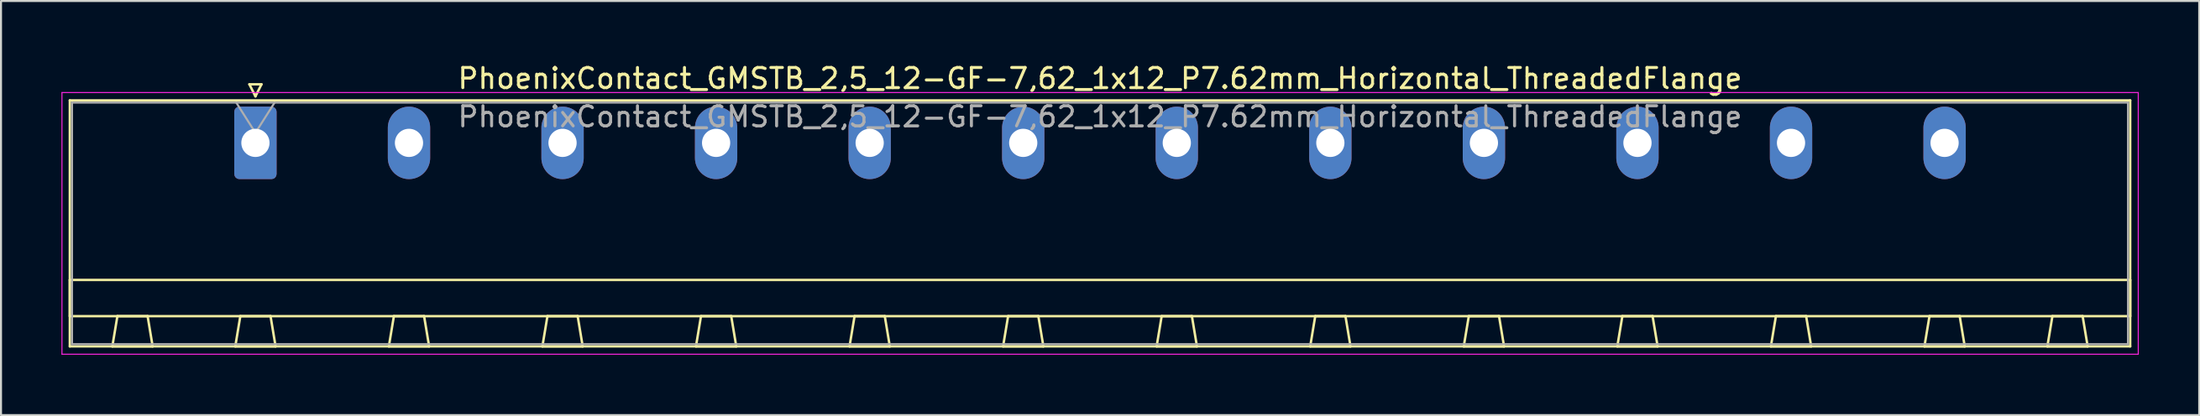
<source format=kicad_pcb>
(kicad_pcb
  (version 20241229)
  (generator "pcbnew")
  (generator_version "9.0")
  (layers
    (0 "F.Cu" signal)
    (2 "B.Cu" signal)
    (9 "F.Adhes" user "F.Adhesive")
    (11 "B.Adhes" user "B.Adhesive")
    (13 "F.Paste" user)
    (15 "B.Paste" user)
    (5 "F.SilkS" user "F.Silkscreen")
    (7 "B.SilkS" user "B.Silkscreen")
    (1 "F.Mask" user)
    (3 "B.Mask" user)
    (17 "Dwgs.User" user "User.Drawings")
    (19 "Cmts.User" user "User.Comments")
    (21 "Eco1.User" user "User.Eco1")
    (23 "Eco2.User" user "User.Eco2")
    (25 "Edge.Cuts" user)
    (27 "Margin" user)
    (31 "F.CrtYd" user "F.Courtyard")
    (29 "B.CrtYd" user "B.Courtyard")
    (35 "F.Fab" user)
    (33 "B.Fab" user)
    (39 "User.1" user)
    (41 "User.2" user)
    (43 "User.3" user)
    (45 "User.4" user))
  (footprint "PhoenixContact_GMSTB_2,5_12-GF-7,62_1x12_P7.62mm_Horizontal_ThreadedFlange"
    (layer "F.Cu")
    (at 9.625 4.048)
    (property "Reference" "PhoenixContact_GMSTB_2,5_12-GF-7,62_1x12_P7.62mm_Horizontal_ThreadedFlange" (at 41.91 -3.2 0) (layer "F.SilkS") (effects (font (size 1 1) (thickness 0.15))))
    (attr through_hole)
    (fp_line (start -9.21 -2.11) (end -9.21 10.11) (stroke (width 0.12) (type solid)) (layer "F.SilkS"))
    (fp_line (start -9.21 6.81) (end 93.03 6.81) (stroke (width 0.12) (type solid)) (layer "F.SilkS"))
    (fp_line (start -9.21 8.61) (end -9.21 6.81) (stroke (width 0.12) (type solid)) (layer "F.SilkS"))
    (fp_line (start -9.21 10.11) (end 93.03 10.11) (stroke (width 0.12) (type solid)) (layer "F.SilkS"))
    (fp_line (start -7.1 10.11) (end -5.1 10.11) (stroke (width 0.12) (type solid)) (layer "F.SilkS"))
    (fp_line (start -6.85 8.61) (end -7.1 10.11) (stroke (width 0.12) (type solid)) (layer "F.SilkS"))
    (fp_line (start -5.35 8.61) (end -6.85 8.61) (stroke (width 0.12) (type solid)) (layer "F.SilkS"))
    (fp_line (start -5.1 10.11) (end -5.35 8.61) (stroke (width 0.12) (type solid)) (layer "F.SilkS"))
    (fp_line (start -1 10.11) (end 1 10.11) (stroke (width 0.12) (type solid)) (layer "F.SilkS"))
    (fp_line (start -0.75 8.61) (end -1 10.11) (stroke (width 0.12) (type solid)) (layer "F.SilkS"))
    (fp_line (start -0.3 -2.91) (end 0.3 -2.91) (stroke (width 0.12) (type solid)) (layer "F.SilkS"))
    (fp_line (start 0 -2.31) (end -0.3 -2.91) (stroke (width 0.12) (type solid)) (layer "F.SilkS"))
    (fp_line (start 0.3 -2.91) (end 0 -2.31) (stroke (width 0.12) (type solid)) (layer "F.SilkS"))
    (fp_line (start 0.75 8.61) (end -0.75 8.61) (stroke (width 0.12) (type solid)) (layer "F.SilkS"))
    (fp_line (start 1 10.11) (end 0.75 8.61) (stroke (width 0.12) (type solid)) (layer "F.SilkS"))
    (fp_line (start 6.62 10.11) (end 8.62 10.11) (stroke (width 0.12) (type solid)) (layer "F.SilkS"))
    (fp_line (start 6.87 8.61) (end 6.62 10.11) (stroke (width 0.12) (type solid)) (layer "F.SilkS"))
    (fp_line (start 8.37 8.61) (end 6.87 8.61) (stroke (width 0.12) (type solid)) (layer "F.SilkS"))
    (fp_line (start 8.62 10.11) (end 8.37 8.61) (stroke (width 0.12) (type solid)) (layer "F.SilkS"))
    (fp_line (start 14.24 10.11) (end 16.24 10.11) (stroke (width 0.12) (type solid)) (layer "F.SilkS"))
    (fp_line (start 14.49 8.61) (end 14.24 10.11) (stroke (width 0.12) (type solid)) (layer "F.SilkS"))
    (fp_line (start 15.99 8.61) (end 14.49 8.61) (stroke (width 0.12) (type solid)) (layer "F.SilkS"))
    (fp_line (start 16.24 10.11) (end 15.99 8.61) (stroke (width 0.12) (type solid)) (layer "F.SilkS"))
    (fp_line (start 21.86 10.11) (end 23.86 10.11) (stroke (width 0.12) (type solid)) (layer "F.SilkS"))
    (fp_line (start 22.11 8.61) (end 21.86 10.11) (stroke (width 0.12) (type solid)) (layer "F.SilkS"))
    (fp_line (start 23.61 8.61) (end 22.11 8.61) (stroke (width 0.12) (type solid)) (layer "F.SilkS"))
    (fp_line (start 23.86 10.11) (end 23.61 8.61) (stroke (width 0.12) (type solid)) (layer "F.SilkS"))
    (fp_line (start 29.48 10.11) (end 31.48 10.11) (stroke (width 0.12) (type solid)) (layer "F.SilkS"))
    (fp_line (start 29.73 8.61) (end 29.48 10.11) (stroke (width 0.12) (type solid)) (layer "F.SilkS"))
    (fp_line (start 31.23 8.61) (end 29.73 8.61) (stroke (width 0.12) (type solid)) (layer "F.SilkS"))
    (fp_line (start 31.48 10.11) (end 31.23 8.61) (stroke (width 0.12) (type solid)) (layer "F.SilkS"))
    (fp_line (start 37.1 10.11) (end 39.1 10.11) (stroke (width 0.12) (type solid)) (layer "F.SilkS"))
    (fp_line (start 37.35 8.61) (end 37.1 10.11) (stroke (width 0.12) (type solid)) (layer "F.SilkS"))
    (fp_line (start 38.85 8.61) (end 37.35 8.61) (stroke (width 0.12) (type solid)) (layer "F.SilkS"))
    (fp_line (start 39.1 10.11) (end 38.85 8.61) (stroke (width 0.12) (type solid)) (layer "F.SilkS"))
    (fp_line (start 44.72 10.11) (end 46.72 10.11) (stroke (width 0.12) (type solid)) (layer "F.SilkS"))
    (fp_line (start 44.97 8.61) (end 44.72 10.11) (stroke (width 0.12) (type solid)) (layer "F.SilkS"))
    (fp_line (start 46.47 8.61) (end 44.97 8.61) (stroke (width 0.12) (type solid)) (layer "F.SilkS"))
    (fp_line (start 46.72 10.11) (end 46.47 8.61) (stroke (width 0.12) (type solid)) (layer "F.SilkS"))
    (fp_line (start 52.34 10.11) (end 54.34 10.11) (stroke (width 0.12) (type solid)) (layer "F.SilkS"))
    (fp_line (start 52.59 8.61) (end 52.34 10.11) (stroke (width 0.12) (type solid)) (layer "F.SilkS"))
    (fp_line (start 54.09 8.61) (end 52.59 8.61) (stroke (width 0.12) (type solid)) (layer "F.SilkS"))
    (fp_line (start 54.34 10.11) (end 54.09 8.61) (stroke (width 0.12) (type solid)) (layer "F.SilkS"))
    (fp_line (start 59.96 10.11) (end 61.96 10.11) (stroke (width 0.12) (type solid)) (layer "F.SilkS"))
    (fp_line (start 60.21 8.61) (end 59.96 10.11) (stroke (width 0.12) (type solid)) (layer "F.SilkS"))
    (fp_line (start 61.71 8.61) (end 60.21 8.61) (stroke (width 0.12) (type solid)) (layer "F.SilkS"))
    (fp_line (start 61.96 10.11) (end 61.71 8.61) (stroke (width 0.12) (type solid)) (layer "F.SilkS"))
    (fp_line (start 67.58 10.11) (end 69.58 10.11) (stroke (width 0.12) (type solid)) (layer "F.SilkS"))
    (fp_line (start 67.83 8.61) (end 67.58 10.11) (stroke (width 0.12) (type solid)) (layer "F.SilkS"))
    (fp_line (start 69.33 8.61) (end 67.83 8.61) (stroke (width 0.12) (type solid)) (layer "F.SilkS"))
    (fp_line (start 69.58 10.11) (end 69.33 8.61) (stroke (width 0.12) (type solid)) (layer "F.SilkS"))
    (fp_line (start 75.2 10.11) (end 77.2 10.11) (stroke (width 0.12) (type solid)) (layer "F.SilkS"))
    (fp_line (start 75.45 8.61) (end 75.2 10.11) (stroke (width 0.12) (type solid)) (layer "F.SilkS"))
    (fp_line (start 76.95 8.61) (end 75.45 8.61) (stroke (width 0.12) (type solid)) (layer "F.SilkS"))
    (fp_line (start 77.2 10.11) (end 76.95 8.61) (stroke (width 0.12) (type solid)) (layer "F.SilkS"))
    (fp_line (start 82.82 10.11) (end 84.82 10.11) (stroke (width 0.12) (type solid)) (layer "F.SilkS"))
    (fp_line (start 83.07 8.61) (end 82.82 10.11) (stroke (width 0.12) (type solid)) (layer "F.SilkS"))
    (fp_line (start 84.57 8.61) (end 83.07 8.61) (stroke (width 0.12) (type solid)) (layer "F.SilkS"))
    (fp_line (start 84.82 10.11) (end 84.57 8.61) (stroke (width 0.12) (type solid)) (layer "F.SilkS"))
    (fp_line (start 88.92 10.11) (end 90.92 10.11) (stroke (width 0.12) (type solid)) (layer "F.SilkS"))
    (fp_line (start 89.17 8.61) (end 88.92 10.11) (stroke (width 0.12) (type solid)) (layer "F.SilkS"))
    (fp_line (start 90.67 8.61) (end 89.17 8.61) (stroke (width 0.12) (type solid)) (layer "F.SilkS"))
    (fp_line (start 90.92 10.11) (end 90.67 8.61) (stroke (width 0.12) (type solid)) (layer "F.SilkS"))
    (fp_line (start 93.03 -2.11) (end -9.21 -2.11) (stroke (width 0.12) (type solid)) (layer "F.SilkS"))
    (fp_line (start 93.03 6.81) (end 93.03 8.61) (stroke (width 0.12) (type solid)) (layer "F.SilkS"))
    (fp_line (start 93.03 8.61) (end -9.21 8.61) (stroke (width 0.12) (type solid)) (layer "F.SilkS"))
    (fp_line (start 93.03 10.11) (end 93.03 -2.11) (stroke (width 0.12) (type solid)) (layer "F.SilkS"))
    (fp_line (start -9.6 -2.5) (end -9.6 10.5) (stroke (width 0.05) (type solid)) (layer "F.CrtYd"))
    (fp_line (start -9.6 10.5) (end 93.43 10.5) (stroke (width 0.05) (type solid)) (layer "F.CrtYd"))
    (fp_line (start 93.43 -2.5) (end -9.6 -2.5) (stroke (width 0.05) (type solid)) (layer "F.CrtYd"))
    (fp_line (start 93.43 10.5) (end 93.43 -2.5) (stroke (width 0.05) (type solid)) (layer "F.CrtYd"))
    (fp_line (start -9.1 -2) (end -9.1 10) (stroke (width 0.1) (type solid)) (layer "F.Fab"))
    (fp_line (start -9.1 10) (end 92.92 10) (stroke (width 0.1) (type solid)) (layer "F.Fab"))
    (fp_line (start 0 -0.5) (end -0.95 -2) (stroke (width 0.1) (type solid)) (layer "F.Fab"))
    (fp_line (start 0.95 -2) (end 0 -0.5) (stroke (width 0.1) (type solid)) (layer "F.Fab"))
    (fp_line (start 92.92 -2) (end -9.1 -2) (stroke (width 0.1) (type solid)) (layer "F.Fab"))
    (fp_line (start 92.92 10) (end 92.92 -2) (stroke (width 0.1) (type solid)) (layer "F.Fab"))
    (fp_text user "${REFERENCE}" (at 41.91 -1.3 0) (layer "F.Fab") (effects (font (size 1 1) (thickness 0.15))))
    (pad "1" thru_hole roundrect (at 0 0) (size 2.1 3.6) (drill 1.4) (layers "*.Cu" "*.Mask") (roundrect_rratio 0.119))
    (pad "2" thru_hole oval (at 7.62 0) (size 2.1 3.6) (drill 1.4) (layers "*.Cu" "*.Mask"))
    (pad "3" thru_hole oval (at 15.24 0) (size 2.1 3.6) (drill 1.4) (layers "*.Cu" "*.Mask"))
    (pad "4" thru_hole oval (at 22.86 0) (size 2.1 3.6) (drill 1.4) (layers "*.Cu" "*.Mask"))
    (pad "5" thru_hole oval (at 30.48 0) (size 2.1 3.6) (drill 1.4) (layers "*.Cu" "*.Mask"))
    (pad "6" thru_hole oval (at 38.1 0) (size 2.1 3.6) (drill 1.4) (layers "*.Cu" "*.Mask"))
    (pad "7" thru_hole oval (at 45.72 0) (size 2.1 3.6) (drill 1.4) (layers "*.Cu" "*.Mask"))
    (pad "8" thru_hole oval (at 53.34 0) (size 2.1 3.6) (drill 1.4) (layers "*.Cu" "*.Mask"))
    (pad "9" thru_hole oval (at 60.96 0) (size 2.1 3.6) (drill 1.4) (layers "*.Cu" "*.Mask"))
    (pad "10" thru_hole oval (at 68.58 0) (size 2.1 3.6) (drill 1.4) (layers "*.Cu" "*.Mask"))
    (pad "11" thru_hole oval (at 76.2 0) (size 2.1 3.6) (drill 1.4) (layers "*.Cu" "*.Mask"))
    (pad "12" thru_hole oval (at 83.82 0) (size 2.1 3.6) (drill 1.4) (layers "*.Cu" "*.Mask")))
  (gr_rect
    (start -3 -3)
    (end 106.08 17.573)
    (stroke (width 0.1) (type default))
    (fill no)
    (layer "Edge.Cuts")))
</source>
